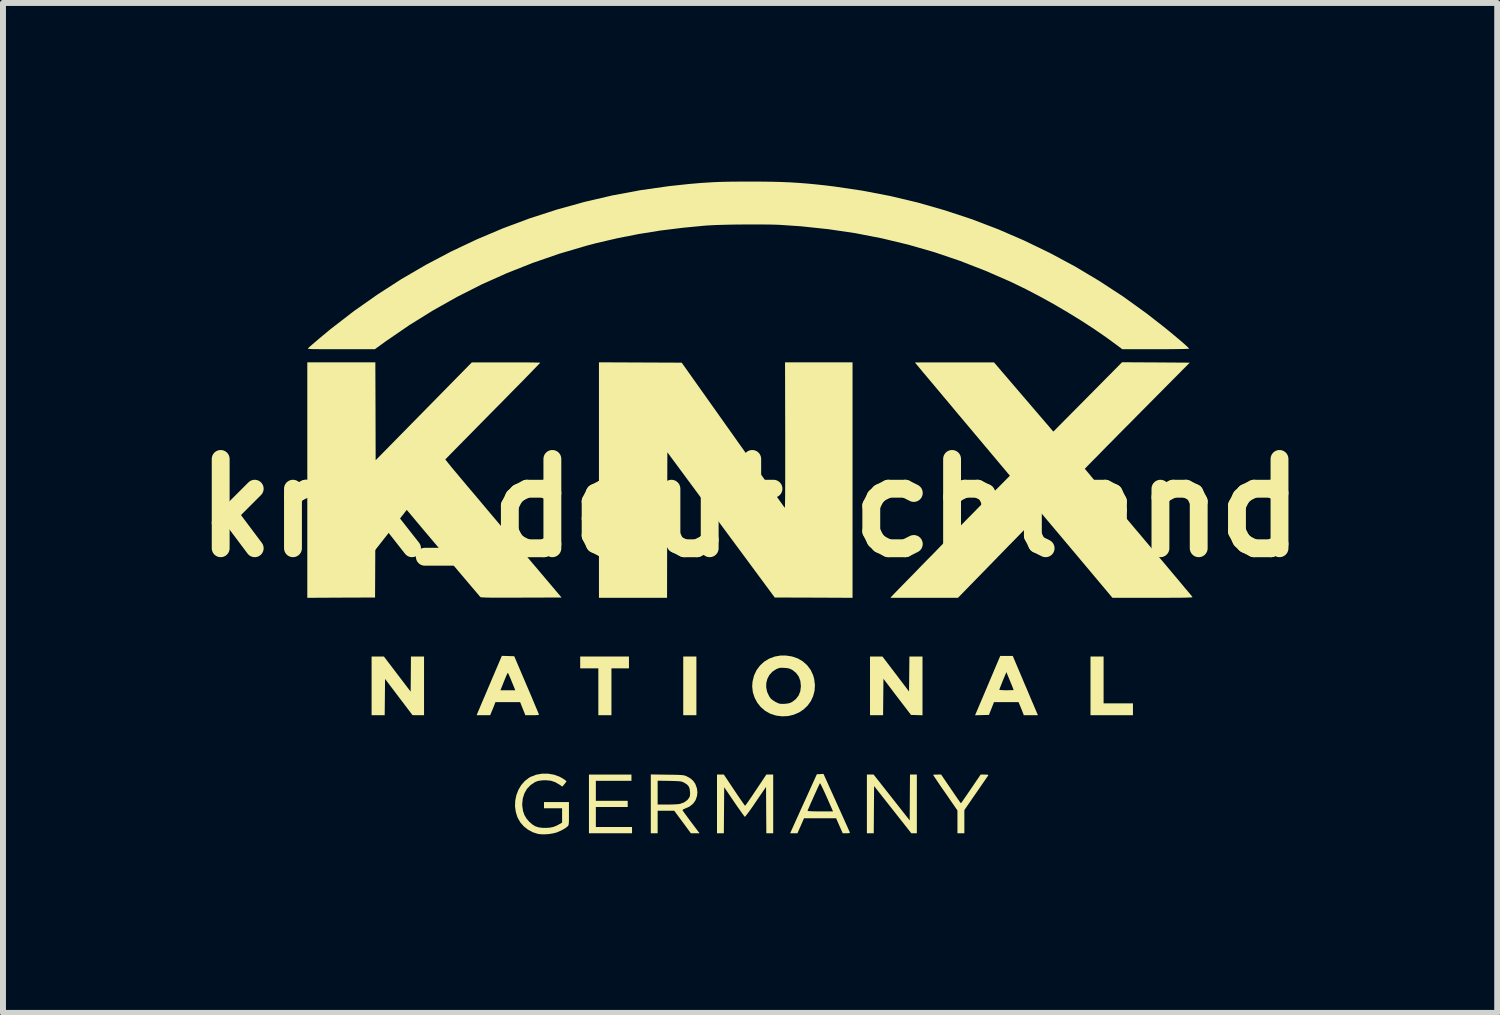
<source format=kicad_pcb>
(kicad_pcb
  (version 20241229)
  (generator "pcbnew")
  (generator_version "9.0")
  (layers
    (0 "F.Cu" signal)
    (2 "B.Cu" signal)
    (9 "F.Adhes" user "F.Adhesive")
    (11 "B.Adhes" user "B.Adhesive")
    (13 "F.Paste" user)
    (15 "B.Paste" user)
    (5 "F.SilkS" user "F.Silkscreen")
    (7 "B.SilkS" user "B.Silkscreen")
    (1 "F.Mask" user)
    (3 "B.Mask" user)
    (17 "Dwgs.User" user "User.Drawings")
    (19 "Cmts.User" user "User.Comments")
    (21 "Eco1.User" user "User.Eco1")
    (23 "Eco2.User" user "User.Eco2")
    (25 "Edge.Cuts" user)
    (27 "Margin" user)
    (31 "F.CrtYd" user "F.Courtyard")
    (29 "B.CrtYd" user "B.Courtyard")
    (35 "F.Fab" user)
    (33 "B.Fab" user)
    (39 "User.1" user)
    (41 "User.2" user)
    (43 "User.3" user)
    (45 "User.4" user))
  (footprint "knx_deutschland"
    (layer "F.Cu")
    (at 9.55 5.481)
    (property "Reference" "knx_deutschland" (at 0 0 0) (layer "F.SilkS") (effects (font (size 1.5 1.5) (thickness 0.3))))
    (attr board_only exclude_from_pos_files exclude_from_bom)
    (fp_poly (pts (xy -0.902 2.99) (xy -0.902 3.483) (xy -1.012 3.483) (xy -1.123 3.483) (xy -1.123 2.99) (xy -1.123 2.497) (xy -1.012 2.497) (xy -0.902 2.497)) (stroke (width 0) (type solid)) (fill yes) (layer "F.SilkS"))
    (fp_poly (pts (xy 5.938 2.89) (xy 5.938 3.284) (xy 6.185 3.284) (xy 6.431 3.284) (xy 6.431 3.384) (xy 6.431 3.483) (xy 6.075 3.483) (xy 5.718 3.483) (xy 5.718 2.99) (xy 5.718 2.497) (xy 5.828 2.497) (xy 5.938 2.497)) (stroke (width 0) (type solid)) (fill yes) (layer "F.SilkS"))
    (fp_poly (pts (xy -2.035 2.597) (xy -2.035 2.696) (xy -2.182 2.696) (xy -2.329 2.696) (xy -2.329 3.09) (xy -2.329 3.483) (xy -2.439 3.483) (xy -2.549 3.483) (xy -2.549 3.09) (xy -2.549 2.696) (xy -2.702 2.696) (xy -2.854 2.696) (xy -2.854 2.597) (xy -2.854 2.497) (xy -2.445 2.497) (xy -2.035 2.497)) (stroke (width 0) (type solid)) (fill yes) (layer "F.SilkS"))
    (fp_poly (pts (xy -5.927 2.792) (xy -5.702 3.087) (xy -5.699 2.792) (xy -5.697 2.497) (xy -5.587 2.497) (xy -5.477 2.497) (xy -5.477 2.99) (xy -5.477 3.483) (xy -5.574 3.483) (xy -5.671 3.482) (xy -5.901 3.178) (xy -6.132 2.873) (xy -6.135 3.178) (xy -6.138 3.483) (xy -6.248 3.483) (xy -6.358 3.483) (xy -6.358 2.99) (xy -6.358 2.497) (xy -6.255 2.497) (xy -6.151 2.497)) (stroke (width 0) (type solid)) (fill yes) (layer "F.SilkS"))
    (fp_poly (pts (xy 2.378 4.865) (xy 2.681 5.25) (xy 2.683 4.865) (xy 2.686 4.48) (xy 2.744 4.48) (xy 2.801 4.48) (xy 2.801 4.973) (xy 2.801 5.466) (xy 2.755 5.466) (xy 2.708 5.466) (xy 2.395 5.069) (xy 2.083 4.673) (xy 2.08 5.069) (xy 2.077 5.466) (xy 2.019 5.466) (xy 1.962 5.466) (xy 1.962 4.973) (xy 1.962 4.48) (xy 2.018 4.48) (xy 2.075 4.48)) (stroke (width 0) (type solid)) (fill yes) (layer "F.SilkS"))
    (fp_poly (pts (xy 2.447 2.791) (xy 2.67 3.085) (xy 2.673 2.791) (xy 2.676 2.497) (xy 2.786 2.497) (xy 2.896 2.497) (xy 2.896 2.99) (xy 2.896 3.484) (xy 2.799 3.481) (xy 2.703 3.478) (xy 2.471 3.175) (xy 2.24 2.871) (xy 2.237 3.177) (xy 2.234 3.483) (xy 2.124 3.483) (xy 2.014 3.483) (xy 2.014 2.99) (xy 2.014 2.497) (xy 2.119 2.497) (xy 2.223 2.497)) (stroke (width 0) (type solid)) (fill yes) (layer "F.SilkS"))
    (fp_poly (pts (xy -1.993 4.532) (xy -1.993 4.585) (xy -2.292 4.585) (xy -2.591 4.585) (xy -2.591 4.753) (xy -2.591 4.921) (xy -2.324 4.921) (xy -2.056 4.921) (xy -2.056 4.973) (xy -2.056 5.025) (xy -2.324 5.025) (xy -2.591 5.025) (xy -2.591 5.193) (xy -2.591 5.361) (xy -2.287 5.361) (xy -1.983 5.361) (xy -1.983 5.414) (xy -1.983 5.466) (xy -2.345 5.466) (xy -2.707 5.466) (xy -2.707 4.973) (xy -2.707 4.48) (xy -2.35 4.48) (xy -1.993 4.48)) (stroke (width 0) (type solid)) (fill yes) (layer "F.SilkS"))
    (fp_poly (pts (xy -1.844 -2.442) (xy -1.149 -2.439) (xy -0.288 -1.225) (xy -0.187 -1.082) (xy -0.088 -0.943) (xy 0.006 -0.811) (xy 0.095 -0.685) (xy 0.179 -0.566) (xy 0.258 -0.456) (xy 0.329 -0.356) (xy 0.393 -0.266) (xy 0.449 -0.187) (xy 0.496 -0.121) (xy 0.534 -0.068) (xy 0.561 -0.03) (xy 0.578 -0.007) (xy 0.583 -0.000324) (xy 0.584 -0.009) (xy 0.586 -0.038) (xy 0.587 -0.087) (xy 0.588 -0.155) (xy 0.589 -0.24) (xy 0.589 -0.344) (xy 0.59 -0.464) (xy 0.59 -0.6) (xy 0.59 -0.752) (xy 0.59 -0.919) (xy 0.59 -1.1) (xy 0.59 -1.218) (xy 0.587 -2.445) (xy 1.154 -2.445) (xy 1.721 -2.445) (xy 1.721 -0.467) (xy 1.721 1.511) (xy 1.068 1.508) (xy 0.414 1.506) (xy -0.488 0.286) (xy -1.39 -0.934) (xy -1.393 0.289) (xy -1.395 1.511) (xy -1.967 1.511) (xy -2.539 1.511) (xy -2.539 -0.467) (xy -2.539 -2.445)) (stroke (width 0) (type solid)) (fill yes) (layer "F.SilkS"))
    (fp_poly (pts (xy 3.373 4.721) (xy 3.416 4.784) (xy 3.455 4.841) (xy 3.488 4.889) (xy 3.515 4.927) (xy 3.533 4.952) (xy 3.541 4.962) (xy 3.541 4.962) (xy 3.548 4.954) (xy 3.565 4.931) (xy 3.59 4.894) (xy 3.623 4.847) (xy 3.661 4.791) (xy 3.704 4.729) (xy 3.709 4.721) (xy 3.873 4.48) (xy 3.941 4.48) (xy 3.978 4.481) (xy 3.997 4.484) (xy 4.002 4.49) (xy 4 4.494) (xy 3.993 4.506) (xy 3.974 4.532) (xy 3.947 4.572) (xy 3.912 4.623) (xy 3.871 4.682) (xy 3.826 4.748) (xy 3.795 4.792) (xy 3.599 5.077) (xy 3.599 5.271) (xy 3.599 5.466) (xy 3.541 5.466) (xy 3.483 5.466) (xy 3.483 5.275) (xy 3.483 5.083) (xy 3.279 4.787) (xy 3.23 4.717) (xy 3.186 4.653) (xy 3.148 4.596) (xy 3.116 4.549) (xy 3.092 4.513) (xy 3.078 4.491) (xy 3.074 4.485) (xy 3.084 4.482) (xy 3.109 4.481) (xy 3.142 4.48) (xy 3.209 4.48)) (stroke (width 0) (type solid)) (fill yes) (layer "F.SilkS"))
    (fp_poly (pts (xy -0.266 4.742) (xy -0.222 4.808) (xy -0.181 4.868) (xy -0.146 4.919) (xy -0.117 4.96) (xy -0.097 4.989) (xy -0.085 5.003) (xy -0.084 5.004) (xy -0.077 4.996) (xy -0.059 4.972) (xy -0.033 4.935) (xy 0.000124 4.887) (xy 0.039 4.83) (xy 0.082 4.766) (xy 0.098 4.742) (xy 0.273 4.48) (xy 0.331 4.48) (xy 0.388 4.48) (xy 0.388 4.973) (xy 0.388 5.466) (xy 0.331 5.466) (xy 0.273 5.466) (xy 0.27 5.076) (xy 0.268 4.687) (xy 0.095 4.94) (xy 0.051 5.005) (xy 0.01 5.063) (xy -0.025 5.112) (xy -0.055 5.151) (xy -0.076 5.178) (xy -0.087 5.19) (xy -0.088 5.19) (xy -0.096 5.181) (xy -0.115 5.157) (xy -0.142 5.119) (xy -0.176 5.071) (xy -0.216 5.015) (xy -0.259 4.952) (xy -0.267 4.94) (xy -0.435 4.693) (xy -0.438 5.08) (xy -0.441 5.466) (xy -0.498 5.466) (xy -0.556 5.466) (xy -0.556 4.973) (xy -0.556 4.48) (xy -0.498 4.48) (xy -0.441 4.48)) (stroke (width 0) (type solid)) (fill yes) (layer "F.SilkS"))
    (fp_poly (pts (xy 4.567 2.852) (xy 4.604 2.941) (xy 4.642 3.029) (xy 4.678 3.114) (xy 4.711 3.193) (xy 4.74 3.261) (xy 4.764 3.316) (xy 4.778 3.35) (xy 4.835 3.483) (xy 4.716 3.483) (xy 4.597 3.483) (xy 4.587 3.454) (xy 4.578 3.431) (xy 4.564 3.395) (xy 4.547 3.354) (xy 4.543 3.344) (xy 4.509 3.263) (xy 4.303 3.263) (xy 4.097 3.263) (xy 4.055 3.37) (xy 4.012 3.478) (xy 3.896 3.481) (xy 3.779 3.484) (xy 3.961 3.056) (xy 4.186 3.056) (xy 4.196 3.059) (xy 4.223 3.061) (xy 4.262 3.063) (xy 4.307 3.064) (xy 4.354 3.063) (xy 4.393 3.062) (xy 4.419 3.061) (xy 4.427 3.06) (xy 4.424 3.05) (xy 4.413 3.023) (xy 4.398 2.984) (xy 4.378 2.936) (xy 4.366 2.907) (xy 4.305 2.759) (xy 4.245 2.903) (xy 4.225 2.954) (xy 4.207 2.999) (xy 4.194 3.033) (xy 4.187 3.052) (xy 4.186 3.056) (xy 3.961 3.056) (xy 3.991 2.985) (xy 4.202 2.487) (xy 4.307 2.487) (xy 4.412 2.487)) (stroke (width 0) (type solid)) (fill yes) (layer "F.SilkS"))
    (fp_poly (pts (xy -4.066 2.489) (xy -3.962 2.492) (xy -3.754 2.98) (xy -3.713 3.075) (xy -3.675 3.164) (xy -3.641 3.246) (xy -3.611 3.318) (xy -3.585 3.379) (xy -3.565 3.426) (xy -3.552 3.459) (xy -3.546 3.474) (xy -3.546 3.475) (xy -3.556 3.478) (xy -3.582 3.481) (xy -3.621 3.483) (xy -3.66 3.483) (xy -3.775 3.483) (xy -3.819 3.373) (xy -3.863 3.263) (xy -4.071 3.263) (xy -4.278 3.263) (xy -4.289 3.292) (xy -4.297 3.315) (xy -4.312 3.351) (xy -4.328 3.392) (xy -4.333 3.402) (xy -4.366 3.483) (xy -4.48 3.483) (xy -4.594 3.483) (xy -4.56 3.402) (xy -4.548 3.375) (xy -4.53 3.331) (xy -4.505 3.272) (xy -4.475 3.202) (xy -4.441 3.123) (xy -4.416 3.064) (xy -4.194 3.064) (xy -4.069 3.064) (xy -3.945 3.064) (xy -3.958 3.029) (xy -3.968 3.006) (xy -3.983 2.969) (xy -4.002 2.923) (xy -4.018 2.883) (xy -4.037 2.838) (xy -4.053 2.802) (xy -4.065 2.778) (xy -4.07 2.77) (xy -4.076 2.779) (xy -4.088 2.805) (xy -4.105 2.843) (xy -4.124 2.89) (xy -4.135 2.917) (xy -4.194 3.064) (xy -4.416 3.064) (xy -4.405 3.037) (xy -4.366 2.947) (xy -4.348 2.903) (xy -4.17 2.486)) (stroke (width 0) (type solid)) (fill yes) (layer "F.SilkS"))
    (fp_poly (pts (xy 1.451 4.952) (xy 1.494 5.047) (xy 1.534 5.136) (xy 1.571 5.218) (xy 1.603 5.29) (xy 1.631 5.351) (xy 1.652 5.4) (xy 1.667 5.433) (xy 1.674 5.449) (xy 1.675 5.451) (xy 1.675 5.459) (xy 1.662 5.464) (xy 1.634 5.466) (xy 1.618 5.466) (xy 1.556 5.466) (xy 1.5 5.34) (xy 1.445 5.214) (xy 1.176 5.214) (xy 0.906 5.214) (xy 0.851 5.34) (xy 0.795 5.466) (xy 0.734 5.466) (xy 0.673 5.466) (xy 0.693 5.421) (xy 0.701 5.403) (xy 0.717 5.367) (xy 0.74 5.317) (xy 0.768 5.254) (xy 0.802 5.18) (xy 0.839 5.098) (xy 0.842 5.09) (xy 0.965 5.09) (xy 0.975 5.093) (xy 1.003 5.095) (xy 1.046 5.097) (xy 1.1 5.098) (xy 1.163 5.099) (xy 1.179 5.099) (xy 1.393 5.099) (xy 1.287 4.858) (xy 1.258 4.793) (xy 1.231 4.735) (xy 1.208 4.687) (xy 1.19 4.651) (xy 1.178 4.63) (xy 1.173 4.625) (xy 1.167 4.636) (xy 1.154 4.664) (xy 1.135 4.704) (xy 1.113 4.753) (xy 1.088 4.808) (xy 1.062 4.866) (xy 1.036 4.924) (xy 1.012 4.978) (xy 0.992 5.025) (xy 0.976 5.061) (xy 0.967 5.084) (xy 0.965 5.09) (xy 0.842 5.09) (xy 0.879 5.009) (xy 0.917 4.926) (xy 1.121 4.475) (xy 1.177 4.472) (xy 1.233 4.469)) (stroke (width 0) (type solid)) (fill yes) (layer "F.SilkS"))
    (fp_poly (pts (xy -1.393 4.482) (xy -1.309 4.483) (xy -1.243 4.484) (xy -1.192 4.486) (xy -1.155 4.488) (xy -1.126 4.491) (xy -1.105 4.495) (xy -1.087 4.5) (xy -1.071 4.506) (xy -1.068 4.508) (xy -1.004 4.543) (xy -0.957 4.584) (xy -0.923 4.632) (xy -0.919 4.641) (xy -0.893 4.712) (xy -0.885 4.779) (xy -0.892 4.841) (xy -0.916 4.911) (xy -0.958 4.97) (xy -1.017 5.017) (xy -1.086 5.048) (xy -1.115 5.061) (xy -1.132 5.072) (xy -1.136 5.078) (xy -1.129 5.089) (xy -1.111 5.115) (xy -1.084 5.152) (xy -1.05 5.198) (xy -1.011 5.251) (xy -0.991 5.278) (xy -0.849 5.466) (xy -0.922 5.466) (xy -0.995 5.466) (xy -1.134 5.277) (xy -1.274 5.088) (xy -1.413 5.088) (xy -1.553 5.088) (xy -1.553 5.277) (xy -1.553 5.466) (xy -1.61 5.466) (xy -1.668 5.466) (xy -1.668 4.972) (xy -1.668 4.583) (xy -1.553 4.583) (xy -1.553 4.783) (xy -1.553 4.983) (xy -1.391 4.983) (xy -1.33 4.983) (xy -1.271 4.981) (xy -1.222 4.978) (xy -1.185 4.974) (xy -1.176 4.972) (xy -1.109 4.948) (xy -1.055 4.909) (xy -1.03 4.878) (xy -1.016 4.855) (xy -1.01 4.831) (xy -1.008 4.799) (xy -1.009 4.771) (xy -1.016 4.716) (xy -1.033 4.676) (xy -1.063 4.644) (xy -1.108 4.616) (xy -1.127 4.607) (xy -1.145 4.6) (xy -1.167 4.595) (xy -1.195 4.592) (xy -1.233 4.59) (xy -1.285 4.588) (xy -1.354 4.586) (xy -1.356 4.586) (xy -1.553 4.583) (xy -1.668 4.583) (xy -1.668 4.478)) (stroke (width 0) (type solid)) (fill yes) (layer "F.SilkS"))
    (fp_poly (pts (xy 0.704 2.496) (xy 0.801 2.529) (xy 0.886 2.579) (xy 0.958 2.643) (xy 1.017 2.721) (xy 1.059 2.811) (xy 1.076 2.872) (xy 1.089 2.974) (xy 1.083 3.072) (xy 1.059 3.163) (xy 1.02 3.247) (xy 0.966 3.322) (xy 0.9 3.385) (xy 0.822 3.437) (xy 0.735 3.474) (xy 0.64 3.497) (xy 0.539 3.502) (xy 0.434 3.489) (xy 0.433 3.488) (xy 0.339 3.458) (xy 0.254 3.41) (xy 0.181 3.348) (xy 0.121 3.273) (xy 0.076 3.189) (xy 0.046 3.097) (xy 0.037 3.016) (xy 0.271 3.016) (xy 0.286 3.091) (xy 0.319 3.162) (xy 0.341 3.196) (xy 0.364 3.218) (xy 0.399 3.243) (xy 0.433 3.263) (xy 0.469 3.28) (xy 0.498 3.29) (xy 0.528 3.293) (xy 0.568 3.292) (xy 0.578 3.292) (xy 0.629 3.287) (xy 0.667 3.278) (xy 0.7 3.263) (xy 0.706 3.26) (xy 0.769 3.212) (xy 0.815 3.152) (xy 0.843 3.082) (xy 0.853 3) (xy 0.853 2.99) (xy 0.844 2.906) (xy 0.817 2.834) (xy 0.773 2.773) (xy 0.712 2.724) (xy 0.706 2.721) (xy 0.672 2.704) (xy 0.636 2.694) (xy 0.589 2.689) (xy 0.576 2.688) (xy 0.531 2.686) (xy 0.499 2.688) (xy 0.471 2.696) (xy 0.44 2.709) (xy 0.436 2.711) (xy 0.373 2.753) (xy 0.324 2.808) (xy 0.29 2.872) (xy 0.272 2.942) (xy 0.271 3.016) (xy 0.037 3.016) (xy 0.035 3) (xy 0.041 2.917) (xy 0.066 2.817) (xy 0.108 2.727) (xy 0.166 2.649) (xy 0.237 2.583) (xy 0.32 2.533) (xy 0.413 2.498) (xy 0.514 2.48) (xy 0.598 2.48)) (stroke (width 0) (type solid)) (fill yes) (layer "F.SilkS"))
    (fp_poly (pts (xy -3.393 4.465) (xy -3.294 4.482) (xy -3.2 4.516) (xy -3.14 4.55) (xy -3.111 4.57) (xy -3.091 4.586) (xy -3.085 4.594) (xy -3.091 4.605) (xy -3.107 4.626) (xy -3.119 4.641) (xy -3.154 4.682) (xy -3.21 4.644) (xy -3.275 4.607) (xy -3.344 4.584) (xy -3.421 4.576) (xy -3.472 4.576) (xy -3.526 4.581) (xy -3.567 4.589) (xy -3.603 4.602) (xy -3.615 4.608) (xy -3.688 4.657) (xy -3.748 4.72) (xy -3.791 4.795) (xy -3.818 4.88) (xy -3.828 4.972) (xy -3.827 5.004) (xy -3.815 5.089) (xy -3.791 5.16) (xy -3.753 5.223) (xy -3.71 5.272) (xy -3.658 5.318) (xy -3.607 5.349) (xy -3.551 5.367) (xy -3.485 5.375) (xy -3.436 5.376) (xy -3.365 5.372) (xy -3.306 5.36) (xy -3.249 5.338) (xy -3.203 5.313) (xy -3.158 5.287) (xy -3.158 5.167) (xy -3.158 5.046) (xy -3.31 5.046) (xy -3.462 5.046) (xy -3.462 4.994) (xy -3.462 4.942) (xy -3.252 4.942) (xy -3.043 4.942) (xy -3.043 5.135) (xy -3.043 5.204) (xy -3.043 5.254) (xy -3.045 5.29) (xy -3.047 5.314) (xy -3.051 5.33) (xy -3.057 5.341) (xy -3.065 5.35) (xy -3.066 5.351) (xy -3.109 5.384) (xy -3.168 5.417) (xy -3.235 5.447) (xy -3.251 5.453) (xy -3.308 5.468) (xy -3.377 5.479) (xy -3.449 5.484) (xy -3.517 5.483) (xy -3.566 5.476) (xy -3.651 5.449) (xy -3.732 5.405) (xy -3.804 5.348) (xy -3.861 5.282) (xy -3.861 5.282) (xy -3.908 5.198) (xy -3.936 5.107) (xy -3.949 5.013) (xy -3.945 4.918) (xy -3.926 4.825) (xy -3.892 4.737) (xy -3.845 4.657) (xy -3.784 4.588) (xy -3.711 4.532) (xy -3.683 4.517) (xy -3.592 4.482) (xy -3.494 4.465)) (stroke (width 0) (type solid)) (fill yes) (layer "F.SilkS"))
    (fp_poly (pts (xy -6.292 -1.622) (xy -6.29 -0.8) (xy -5.482 -1.622) (xy -4.674 -2.444) (xy -4.1 -2.444) (xy -3.992 -2.444) (xy -3.891 -2.444) (xy -3.798 -2.443) (xy -3.716 -2.443) (xy -3.646 -2.442) (xy -3.59 -2.441) (xy -3.551 -2.44) (xy -3.529 -2.439) (xy -3.525 -2.438) (xy -3.532 -2.43) (xy -3.553 -2.408) (xy -3.587 -2.373) (xy -3.633 -2.326) (xy -3.689 -2.268) (xy -3.755 -2.2) (xy -3.83 -2.123) (xy -3.913 -2.039) (xy -4.003 -1.948) (xy -4.099 -1.85) (xy -4.199 -1.748) (xy -4.267 -1.68) (xy -4.372 -1.574) (xy -4.473 -1.471) (xy -4.57 -1.373) (xy -4.661 -1.28) (xy -4.746 -1.194) (xy -4.823 -1.116) (xy -4.892 -1.046) (xy -4.951 -0.986) (xy -4.999 -0.937) (xy -5.035 -0.901) (xy -5.057 -0.877) (xy -5.064 -0.871) (xy -5.12 -0.813) (xy -5.027 -0.697) (xy -5.009 -0.675) (xy -4.978 -0.638) (xy -4.935 -0.587) (xy -4.882 -0.523) (xy -4.818 -0.447) (xy -4.746 -0.361) (xy -4.665 -0.266) (xy -4.577 -0.162) (xy -4.483 -0.05) (xy -4.384 0.068) (xy -4.28 0.191) (xy -4.173 0.318) (xy -4.063 0.448) (xy -4.051 0.462) (xy -3.167 1.506) (xy -3.84 1.508) (xy -3.982 1.509) (xy -4.104 1.509) (xy -4.208 1.509) (xy -4.295 1.509) (xy -4.366 1.508) (xy -4.422 1.507) (xy -4.465 1.505) (xy -4.496 1.504) (xy -4.517 1.502) (xy -4.528 1.499) (xy -4.53 1.498) (xy -4.539 1.489) (xy -4.559 1.465) (xy -4.591 1.427) (xy -4.634 1.377) (xy -4.685 1.317) (xy -4.745 1.246) (xy -4.811 1.168) (xy -4.884 1.082) (xy -4.961 0.991) (xy -5.042 0.895) (xy -5.126 0.795) (xy -5.212 0.694) (xy -5.298 0.592) (xy -5.383 0.491) (xy -5.467 0.392) (xy -5.548 0.295) (xy -5.625 0.204) (xy -5.697 0.117) (xy -5.764 0.038) (xy -5.823 -0.032) (xy -5.835 -0.047) (xy -5.841 -0.053) (xy -5.847 -0.055) (xy -5.856 -0.053) (xy -5.869 -0.045) (xy -5.888 -0.029) (xy -5.915 -0.005) (xy -5.951 0.03) (xy -5.998 0.076) (xy -6.058 0.136) (xy -6.074 0.152) (xy -6.295 0.372) (xy -6.297 0.939) (xy -6.3 1.506) (xy -6.869 1.508) (xy -7.438 1.511) (xy -7.438 -0.467) (xy -7.438 -2.445) (xy -6.867 -2.445) (xy -6.295 -2.445)) (stroke (width 0) (type solid)) (fill yes) (layer "F.SilkS"))
    (fp_poly (pts (xy 6.817 -2.443) (xy 7.385 -2.439) (xy 6.504 -1.551) (xy 6.392 -1.437) (xy 6.283 -1.328) (xy 6.179 -1.223) (xy 6.082 -1.124) (xy 5.991 -1.033) (xy 5.909 -0.949) (xy 5.835 -0.873) (xy 5.77 -0.808) (xy 5.716 -0.753) (xy 5.674 -0.71) (xy 5.644 -0.678) (xy 5.627 -0.661) (xy 5.623 -0.657) (xy 5.63 -0.648) (xy 5.649 -0.625) (xy 5.681 -0.587) (xy 5.723 -0.536) (xy 5.776 -0.472) (xy 5.839 -0.398) (xy 5.91 -0.312) (xy 5.989 -0.218) (xy 6.076 -0.115) (xy 6.169 -0.004) (xy 6.268 0.113) (xy 6.372 0.237) (xy 6.479 0.365) (xy 6.524 0.417) (xy 6.633 0.547) (xy 6.739 0.672) (xy 6.84 0.792) (xy 6.936 0.906) (xy 7.026 1.013) (xy 7.109 1.112) (xy 7.184 1.201) (xy 7.251 1.281) (xy 7.308 1.35) (xy 7.356 1.406) (xy 7.393 1.45) (xy 7.418 1.481) (xy 7.43 1.496) (xy 7.432 1.498) (xy 7.429 1.501) (xy 7.418 1.503) (xy 7.395 1.505) (xy 7.362 1.506) (xy 7.315 1.508) (xy 7.254 1.509) (xy 7.177 1.51) (xy 7.084 1.51) (xy 6.974 1.511) (xy 6.844 1.511) (xy 6.763 1.511) (xy 6.087 1.511) (xy 5.487 0.796) (xy 4.886 0.082) (xy 4.81 0.159) (xy 4.791 0.178) (xy 4.759 0.211) (xy 4.715 0.257) (xy 4.659 0.314) (xy 4.594 0.381) (xy 4.521 0.456) (xy 4.44 0.539) (xy 4.353 0.627) (xy 4.262 0.721) (xy 4.167 0.818) (xy 4.114 0.873) (xy 3.492 1.511) (xy 2.925 1.511) (xy 2.357 1.511) (xy 2.377 1.487) (xy 2.388 1.477) (xy 2.411 1.452) (xy 2.448 1.414) (xy 2.495 1.365) (xy 2.553 1.306) (xy 2.62 1.237) (xy 2.696 1.16) (xy 2.778 1.076) (xy 2.866 0.985) (xy 2.959 0.89) (xy 3.056 0.792) (xy 3.155 0.69) (xy 3.255 0.587) (xy 3.356 0.484) (xy 3.457 0.382) (xy 3.555 0.281) (xy 3.65 0.184) (xy 3.742 0.091) (xy 3.828 0.003) (xy 3.908 -0.079) (xy 3.981 -0.153) (xy 4.045 -0.218) (xy 4.1 -0.274) (xy 4.144 -0.319) (xy 4.151 -0.325) (xy 4.364 -0.54) (xy 3.567 -1.489) (xy 3.464 -1.611) (xy 3.366 -1.729) (xy 3.272 -1.841) (xy 3.183 -1.947) (xy 3.101 -2.045) (xy 3.026 -2.134) (xy 2.959 -2.214) (xy 2.9 -2.284) (xy 2.852 -2.342) (xy 2.814 -2.388) (xy 2.787 -2.42) (xy 2.772 -2.438) (xy 2.77 -2.441) (xy 2.78 -2.442) (xy 2.809 -2.442) (xy 2.856 -2.443) (xy 2.919 -2.443) (xy 2.995 -2.444) (xy 3.084 -2.444) (xy 3.183 -2.444) (xy 3.291 -2.444) (xy 3.405 -2.444) (xy 3.433 -2.444) (xy 4.097 -2.444) (xy 4.595 -1.863) (xy 5.094 -1.281) (xy 5.671 -1.863) (xy 6.248 -2.446)) (stroke (width 0) (type solid)) (fill yes) (layer "F.SilkS"))
    (fp_poly (pts (xy 0.192 -5.48) (xy 0.361 -5.478) (xy 0.519 -5.474) (xy 0.667 -5.468) (xy 0.811 -5.459) (xy 0.955 -5.448) (xy 1.103 -5.434) (xy 1.26 -5.417) (xy 1.416 -5.398) (xy 1.888 -5.328) (xy 2.356 -5.238) (xy 2.819 -5.128) (xy 3.275 -4.997) (xy 3.726 -4.848) (xy 4.169 -4.679) (xy 4.605 -4.49) (xy 5.033 -4.283) (xy 5.453 -4.058) (xy 5.862 -3.814) (xy 6.263 -3.552) (xy 6.652 -3.272) (xy 6.913 -3.069) (xy 6.985 -3.012) (xy 7.056 -2.954) (xy 7.124 -2.897) (xy 7.188 -2.844) (xy 7.246 -2.795) (xy 7.295 -2.752) (xy 7.334 -2.717) (xy 7.361 -2.691) (xy 7.375 -2.676) (xy 7.376 -2.674) (xy 7.365 -2.672) (xy 7.336 -2.671) (xy 7.289 -2.669) (xy 7.227 -2.668) (xy 7.151 -2.667) (xy 7.063 -2.666) (xy 6.965 -2.665) (xy 6.859 -2.665) (xy 6.814 -2.665) (xy 6.252 -2.665) (xy 6.171 -2.726) (xy 5.981 -2.865) (xy 5.775 -3.007) (xy 5.556 -3.149) (xy 5.328 -3.289) (xy 5.096 -3.425) (xy 4.862 -3.554) (xy 4.63 -3.675) (xy 4.406 -3.784) (xy 4.375 -3.799) (xy 3.95 -3.984) (xy 3.523 -4.15) (xy 3.092 -4.296) (xy 2.657 -4.421) (xy 2.216 -4.527) (xy 1.769 -4.614) (xy 1.315 -4.681) (xy 0.853 -4.73) (xy 0.498 -4.754) (xy 0.425 -4.757) (xy 0.335 -4.759) (xy 0.232 -4.76) (xy 0.12 -4.761) (xy 0.001 -4.761) (xy -0.121 -4.76) (xy -0.242 -4.759) (xy -0.36 -4.757) (xy -0.471 -4.754) (xy -0.571 -4.751) (xy -0.657 -4.747) (xy -0.726 -4.743) (xy -0.734 -4.743) (xy -1.129 -4.705) (xy -1.509 -4.658) (xy -1.876 -4.599) (xy -2.235 -4.528) (xy -2.587 -4.446) (xy -2.761 -4.4) (xy -3.211 -4.267) (xy -3.653 -4.114) (xy -4.085 -3.943) (xy -4.509 -3.753) (xy -4.924 -3.543) (xy -5.329 -3.315) (xy -5.726 -3.068) (xy -6.114 -2.802) (xy -6.139 -2.784) (xy -6.303 -2.665) (xy -6.873 -2.665) (xy -6.997 -2.665) (xy -7.101 -2.665) (xy -7.188 -2.665) (xy -7.258 -2.666) (xy -7.313 -2.666) (xy -7.356 -2.667) (xy -7.387 -2.669) (xy -7.408 -2.67) (xy -7.421 -2.672) (xy -7.427 -2.675) (xy -7.427 -2.678) (xy -7.424 -2.682) (xy -7.422 -2.684) (xy -7.394 -2.71) (xy -7.353 -2.746) (xy -7.302 -2.789) (xy -7.245 -2.838) (xy -7.185 -2.888) (xy -7.125 -2.938) (xy -7.069 -2.985) (xy -7.035 -3.012) (xy -6.653 -3.307) (xy -6.26 -3.583) (xy -5.857 -3.843) (xy -5.443 -4.084) (xy -5.02 -4.307) (xy -4.588 -4.511) (xy -4.148 -4.697) (xy -3.699 -4.864) (xy -3.244 -5.011) (xy -2.783 -5.139) (xy -2.315 -5.248) (xy -1.843 -5.336) (xy -1.365 -5.404) (xy -1.039 -5.439) (xy -0.925 -5.449) (xy -0.821 -5.458) (xy -0.724 -5.464) (xy -0.63 -5.47) (xy -0.536 -5.474) (xy -0.437 -5.477) (xy -0.33 -5.479) (xy -0.211 -5.48) (xy -0.077 -5.481) (xy 0.005 -5.481)) (stroke (width 0) (type solid)) (fill yes) (layer "F.SilkS")))
  (gr_rect
    (start -3 -3)
    (end 22.1 13.965)
    (stroke (width 0.1) (type default))
    (fill no)
    (layer "Edge.Cuts")))
</source>
